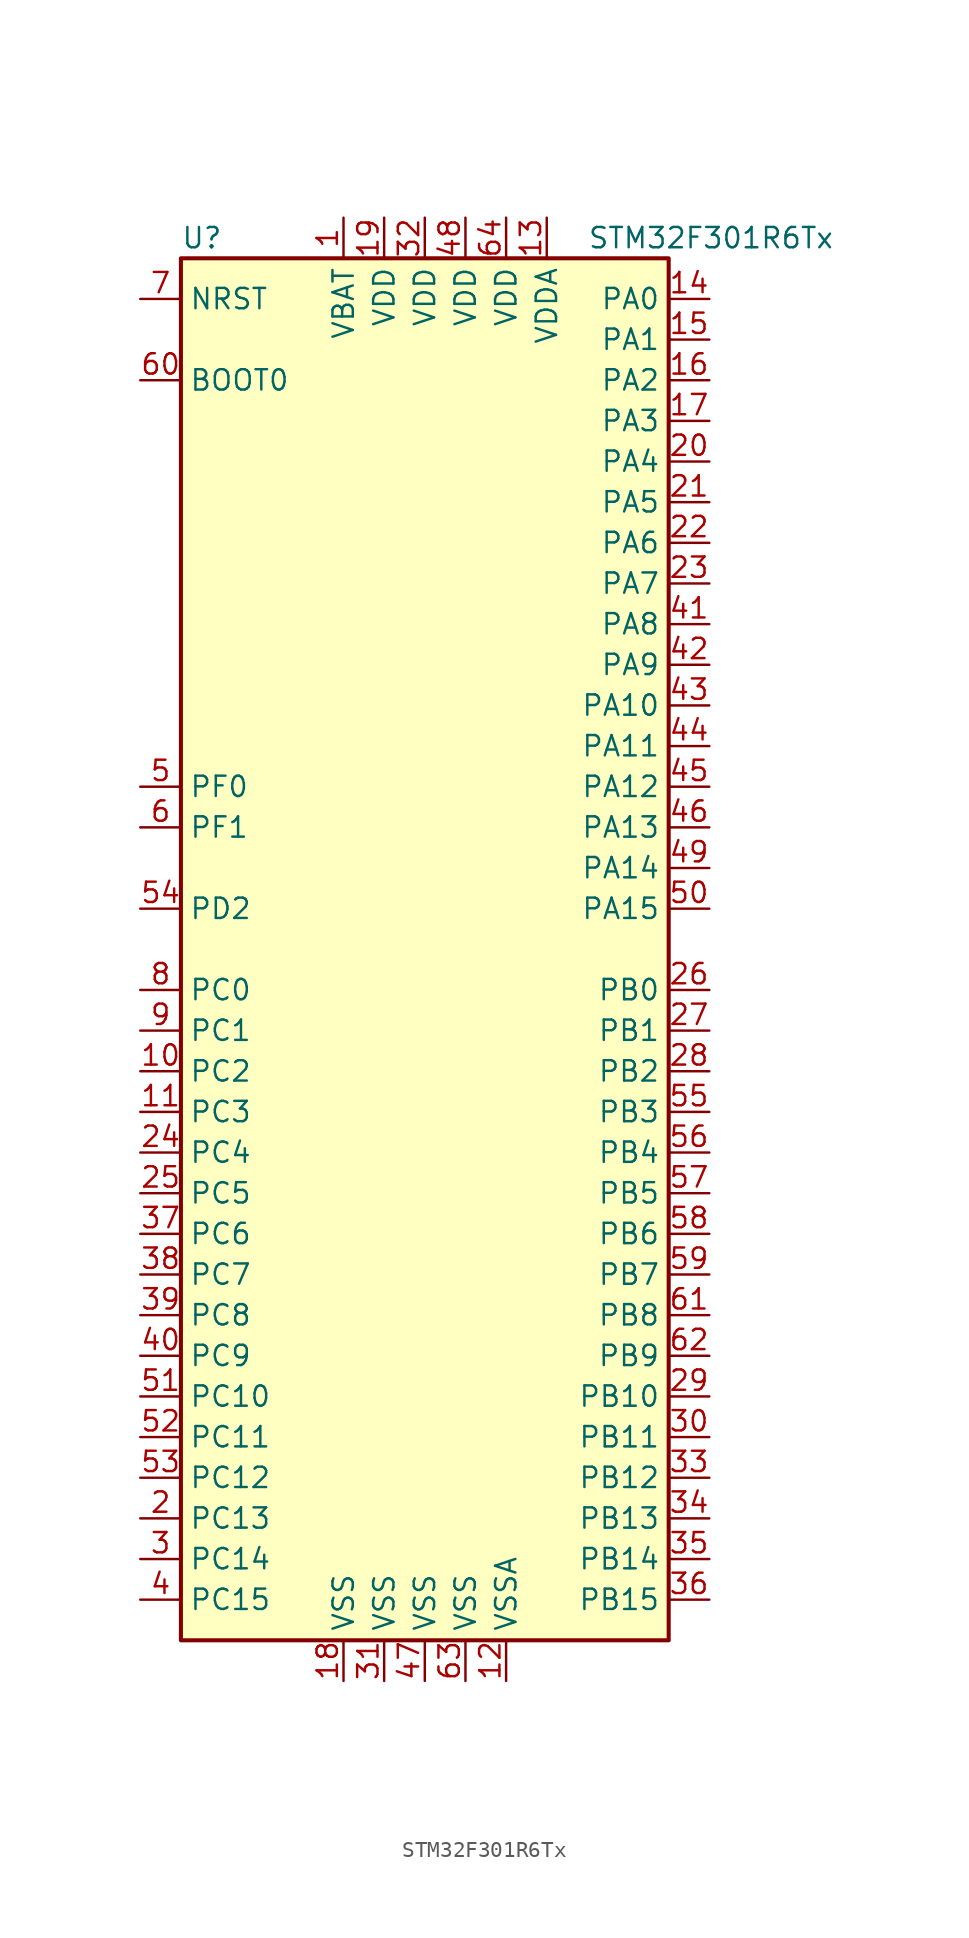
<source format=kicad_sym>
(kicad_symbol_lib
  (version 20201005)
  (generator kicad_symbol_editor)
  (symbol "MCU_ST_STM32F3:STM32F301R6Tx"
    (property "Reference" "U"
      (at -15.24 44.45 0)
      (effects (font (size 1.27 1.27)) (justify left)))
    (property "Value" "STM32F301R6Tx"
      (at 10.16 44.45 0)
      (effects (font (size 1.27 1.27)) (justify left)))
    (symbol "STM32F301R6Tx_0_1"
      (rectangle (start -15.24 -43.18) (end 15.24 43.18) (stroke (width 0.254)) (fill (type background))))
    (symbol "STM32F301R6Tx_1_1"
      (pin input line (at -17.78 35.56 0) (length 2.54) (name "BOOT0" (effects (font (size 1.27 1.27)))) (number "60" (effects (font (size 1.27 1.27)))))
      (pin input line (at -17.78 40.64 0) (length 2.54) (name "NRST" (effects (font (size 1.27 1.27)))) (number "7" (effects (font (size 1.27 1.27)))))
      (pin bidirectional line (at 17.78 40.64 180) (length 2.54) (name "PA0" (effects (font (size 1.27 1.27)))) (number "14" (effects (font (size 1.27 1.27)))))
      (pin bidirectional line (at 17.78 38.1 180) (length 2.54) (name "PA1" (effects (font (size 1.27 1.27)))) (number "15" (effects (font (size 1.27 1.27)))))
      (pin bidirectional line (at 17.78 15.24 180) (length 2.54) (name "PA10" (effects (font (size 1.27 1.27)))) (number "43" (effects (font (size 1.27 1.27)))))
      (pin bidirectional line (at 17.78 12.7 180) (length 2.54) (name "PA11" (effects (font (size 1.27 1.27)))) (number "44" (effects (font (size 1.27 1.27)))))
      (pin bidirectional line (at 17.78 10.16 180) (length 2.54) (name "PA12" (effects (font (size 1.27 1.27)))) (number "45" (effects (font (size 1.27 1.27)))))
      (pin bidirectional line (at 17.78 7.62 180) (length 2.54) (name "PA13" (effects (font (size 1.27 1.27)))) (number "46" (effects (font (size 1.27 1.27)))))
      (pin bidirectional line (at 17.78 5.08 180) (length 2.54) (name "PA14" (effects (font (size 1.27 1.27)))) (number "49" (effects (font (size 1.27 1.27)))))
      (pin bidirectional line (at 17.78 2.54 180) (length 2.54) (name "PA15" (effects (font (size 1.27 1.27)))) (number "50" (effects (font (size 1.27 1.27)))))
      (pin bidirectional line (at 17.78 35.56 180) (length 2.54) (name "PA2" (effects (font (size 1.27 1.27)))) (number "16" (effects (font (size 1.27 1.27)))))
      (pin bidirectional line (at 17.78 33.02 180) (length 2.54) (name "PA3" (effects (font (size 1.27 1.27)))) (number "17" (effects (font (size 1.27 1.27)))))
      (pin bidirectional line (at 17.78 30.48 180) (length 2.54) (name "PA4" (effects (font (size 1.27 1.27)))) (number "20" (effects (font (size 1.27 1.27)))))
      (pin bidirectional line (at 17.78 27.94 180) (length 2.54) (name "PA5" (effects (font (size 1.27 1.27)))) (number "21" (effects (font (size 1.27 1.27)))))
      (pin bidirectional line (at 17.78 25.4 180) (length 2.54) (name "PA6" (effects (font (size 1.27 1.27)))) (number "22" (effects (font (size 1.27 1.27)))))
      (pin bidirectional line (at 17.78 22.86 180) (length 2.54) (name "PA7" (effects (font (size 1.27 1.27)))) (number "23" (effects (font (size 1.27 1.27)))))
      (pin bidirectional line (at 17.78 20.32 180) (length 2.54) (name "PA8" (effects (font (size 1.27 1.27)))) (number "41" (effects (font (size 1.27 1.27)))))
      (pin bidirectional line (at 17.78 17.78 180) (length 2.54) (name "PA9" (effects (font (size 1.27 1.27)))) (number "42" (effects (font (size 1.27 1.27)))))
      (pin bidirectional line (at 17.78 -2.54 180) (length 2.54) (name "PB0" (effects (font (size 1.27 1.27)))) (number "26" (effects (font (size 1.27 1.27)))))
      (pin bidirectional line (at 17.78 -5.08 180) (length 2.54) (name "PB1" (effects (font (size 1.27 1.27)))) (number "27" (effects (font (size 1.27 1.27)))))
      (pin bidirectional line (at 17.78 -27.94 180) (length 2.54) (name "PB10" (effects (font (size 1.27 1.27)))) (number "29" (effects (font (size 1.27 1.27)))))
      (pin bidirectional line (at 17.78 -30.48 180) (length 2.54) (name "PB11" (effects (font (size 1.27 1.27)))) (number "30" (effects (font (size 1.27 1.27)))))
      (pin bidirectional line (at 17.78 -33.02 180) (length 2.54) (name "PB12" (effects (font (size 1.27 1.27)))) (number "33" (effects (font (size 1.27 1.27)))))
      (pin bidirectional line (at 17.78 -35.56 180) (length 2.54) (name "PB13" (effects (font (size 1.27 1.27)))) (number "34" (effects (font (size 1.27 1.27)))))
      (pin bidirectional line (at 17.78 -38.1 180) (length 2.54) (name "PB14" (effects (font (size 1.27 1.27)))) (number "35" (effects (font (size 1.27 1.27)))))
      (pin bidirectional line (at 17.78 -40.64 180) (length 2.54) (name "PB15" (effects (font (size 1.27 1.27)))) (number "36" (effects (font (size 1.27 1.27)))))
      (pin bidirectional line (at 17.78 -7.62 180) (length 2.54) (name "PB2" (effects (font (size 1.27 1.27)))) (number "28" (effects (font (size 1.27 1.27)))))
      (pin bidirectional line (at 17.78 -10.16 180) (length 2.54) (name "PB3" (effects (font (size 1.27 1.27)))) (number "55" (effects (font (size 1.27 1.27)))))
      (pin bidirectional line (at 17.78 -12.7 180) (length 2.54) (name "PB4" (effects (font (size 1.27 1.27)))) (number "56" (effects (font (size 1.27 1.27)))))
      (pin bidirectional line (at 17.78 -15.24 180) (length 2.54) (name "PB5" (effects (font (size 1.27 1.27)))) (number "57" (effects (font (size 1.27 1.27)))))
      (pin bidirectional line (at 17.78 -17.78 180) (length 2.54) (name "PB6" (effects (font (size 1.27 1.27)))) (number "58" (effects (font (size 1.27 1.27)))))
      (pin bidirectional line (at 17.78 -20.32 180) (length 2.54) (name "PB7" (effects (font (size 1.27 1.27)))) (number "59" (effects (font (size 1.27 1.27)))))
      (pin bidirectional line (at 17.78 -22.86 180) (length 2.54) (name "PB8" (effects (font (size 1.27 1.27)))) (number "61" (effects (font (size 1.27 1.27)))))
      (pin bidirectional line (at 17.78 -25.4 180) (length 2.54) (name "PB9" (effects (font (size 1.27 1.27)))) (number "62" (effects (font (size 1.27 1.27)))))
      (pin bidirectional line (at -17.78 -2.54 0) (length 2.54) (name "PC0" (effects (font (size 1.27 1.27)))) (number "8" (effects (font (size 1.27 1.27)))))
      (pin bidirectional line (at -17.78 -5.08 0) (length 2.54) (name "PC1" (effects (font (size 1.27 1.27)))) (number "9" (effects (font (size 1.27 1.27)))))
      (pin bidirectional line (at -17.78 -27.94 0) (length 2.54) (name "PC10" (effects (font (size 1.27 1.27)))) (number "51" (effects (font (size 1.27 1.27)))))
      (pin bidirectional line (at -17.78 -30.48 0) (length 2.54) (name "PC11" (effects (font (size 1.27 1.27)))) (number "52" (effects (font (size 1.27 1.27)))))
      (pin bidirectional line (at -17.78 -33.02 0) (length 2.54) (name "PC12" (effects (font (size 1.27 1.27)))) (number "53" (effects (font (size 1.27 1.27)))))
      (pin bidirectional line (at -17.78 -35.56 0) (length 2.54) (name "PC13" (effects (font (size 1.27 1.27)))) (number "2" (effects (font (size 1.27 1.27)))))
      (pin bidirectional line (at -17.78 -38.1 0) (length 2.54) (name "PC14" (effects (font (size 1.27 1.27)))) (number "3" (effects (font (size 1.27 1.27)))))
      (pin bidirectional line (at -17.78 -40.64 0) (length 2.54) (name "PC15" (effects (font (size 1.27 1.27)))) (number "4" (effects (font (size 1.27 1.27)))))
      (pin bidirectional line (at -17.78 -7.62 0) (length 2.54) (name "PC2" (effects (font (size 1.27 1.27)))) (number "10" (effects (font (size 1.27 1.27)))))
      (pin bidirectional line (at -17.78 -10.16 0) (length 2.54) (name "PC3" (effects (font (size 1.27 1.27)))) (number "11" (effects (font (size 1.27 1.27)))))
      (pin bidirectional line (at -17.78 -12.7 0) (length 2.54) (name "PC4" (effects (font (size 1.27 1.27)))) (number "24" (effects (font (size 1.27 1.27)))))
      (pin bidirectional line (at -17.78 -15.24 0) (length 2.54) (name "PC5" (effects (font (size 1.27 1.27)))) (number "25" (effects (font (size 1.27 1.27)))))
      (pin bidirectional line (at -17.78 -17.78 0) (length 2.54) (name "PC6" (effects (font (size 1.27 1.27)))) (number "37" (effects (font (size 1.27 1.27)))))
      (pin bidirectional line (at -17.78 -20.32 0) (length 2.54) (name "PC7" (effects (font (size 1.27 1.27)))) (number "38" (effects (font (size 1.27 1.27)))))
      (pin bidirectional line (at -17.78 -22.86 0) (length 2.54) (name "PC8" (effects (font (size 1.27 1.27)))) (number "39" (effects (font (size 1.27 1.27)))))
      (pin bidirectional line (at -17.78 -25.4 0) (length 2.54) (name "PC9" (effects (font (size 1.27 1.27)))) (number "40" (effects (font (size 1.27 1.27)))))
      (pin bidirectional line (at -17.78 2.54 0) (length 2.54) (name "PD2" (effects (font (size 1.27 1.27)))) (number "54" (effects (font (size 1.27 1.27)))))
      (pin input line (at -17.78 10.16 0) (length 2.54) (name "PF0" (effects (font (size 1.27 1.27)))) (number "5" (effects (font (size 1.27 1.27)))))
      (pin input line (at -17.78 7.62 0) (length 2.54) (name "PF1" (effects (font (size 1.27 1.27)))) (number "6" (effects (font (size 1.27 1.27)))))
      (pin power_in line (at -5.08 45.72 270) (length 2.54) (name "VBAT" (effects (font (size 1.27 1.27)))) (number "1" (effects (font (size 1.27 1.27)))))
      (pin power_in line (at -2.54 45.72 270) (length 2.54) (name "VDD" (effects (font (size 1.27 1.27)))) (number "19" (effects (font (size 1.27 1.27)))))
      (pin power_in line (at 0 45.72 270) (length 2.54) (name "VDD" (effects (font (size 1.27 1.27)))) (number "32" (effects (font (size 1.27 1.27)))))
      (pin power_in line (at 2.54 45.72 270) (length 2.54) (name "VDD" (effects (font (size 1.27 1.27)))) (number "48" (effects (font (size 1.27 1.27)))))
      (pin power_in line (at 5.08 45.72 270) (length 2.54) (name "VDD" (effects (font (size 1.27 1.27)))) (number "64" (effects (font (size 1.27 1.27)))))
      (pin power_in line (at 7.62 45.72 270) (length 2.54) (name "VDDA" (effects (font (size 1.27 1.27)))) (number "13" (effects (font (size 1.27 1.27)))))
      (pin power_in line (at -5.08 -45.72 90) (length 2.54) (name "VSS" (effects (font (size 1.27 1.27)))) (number "18" (effects (font (size 1.27 1.27)))))
      (pin power_in line (at -2.54 -45.72 90) (length 2.54) (name "VSS" (effects (font (size 1.27 1.27)))) (number "31" (effects (font (size 1.27 1.27)))))
      (pin power_in line (at 0 -45.72 90) (length 2.54) (name "VSS" (effects (font (size 1.27 1.27)))) (number "47" (effects (font (size 1.27 1.27)))))
      (pin power_in line (at 2.54 -45.72 90) (length 2.54) (name "VSS" (effects (font (size 1.27 1.27)))) (number "63" (effects (font (size 1.27 1.27)))))
      (pin power_in line (at 5.08 -45.72 90) (length 2.54) (name "VSSA" (effects (font (size 1.27 1.27)))) (number "12" (effects (font (size 1.27 1.27))))))))
</source>
